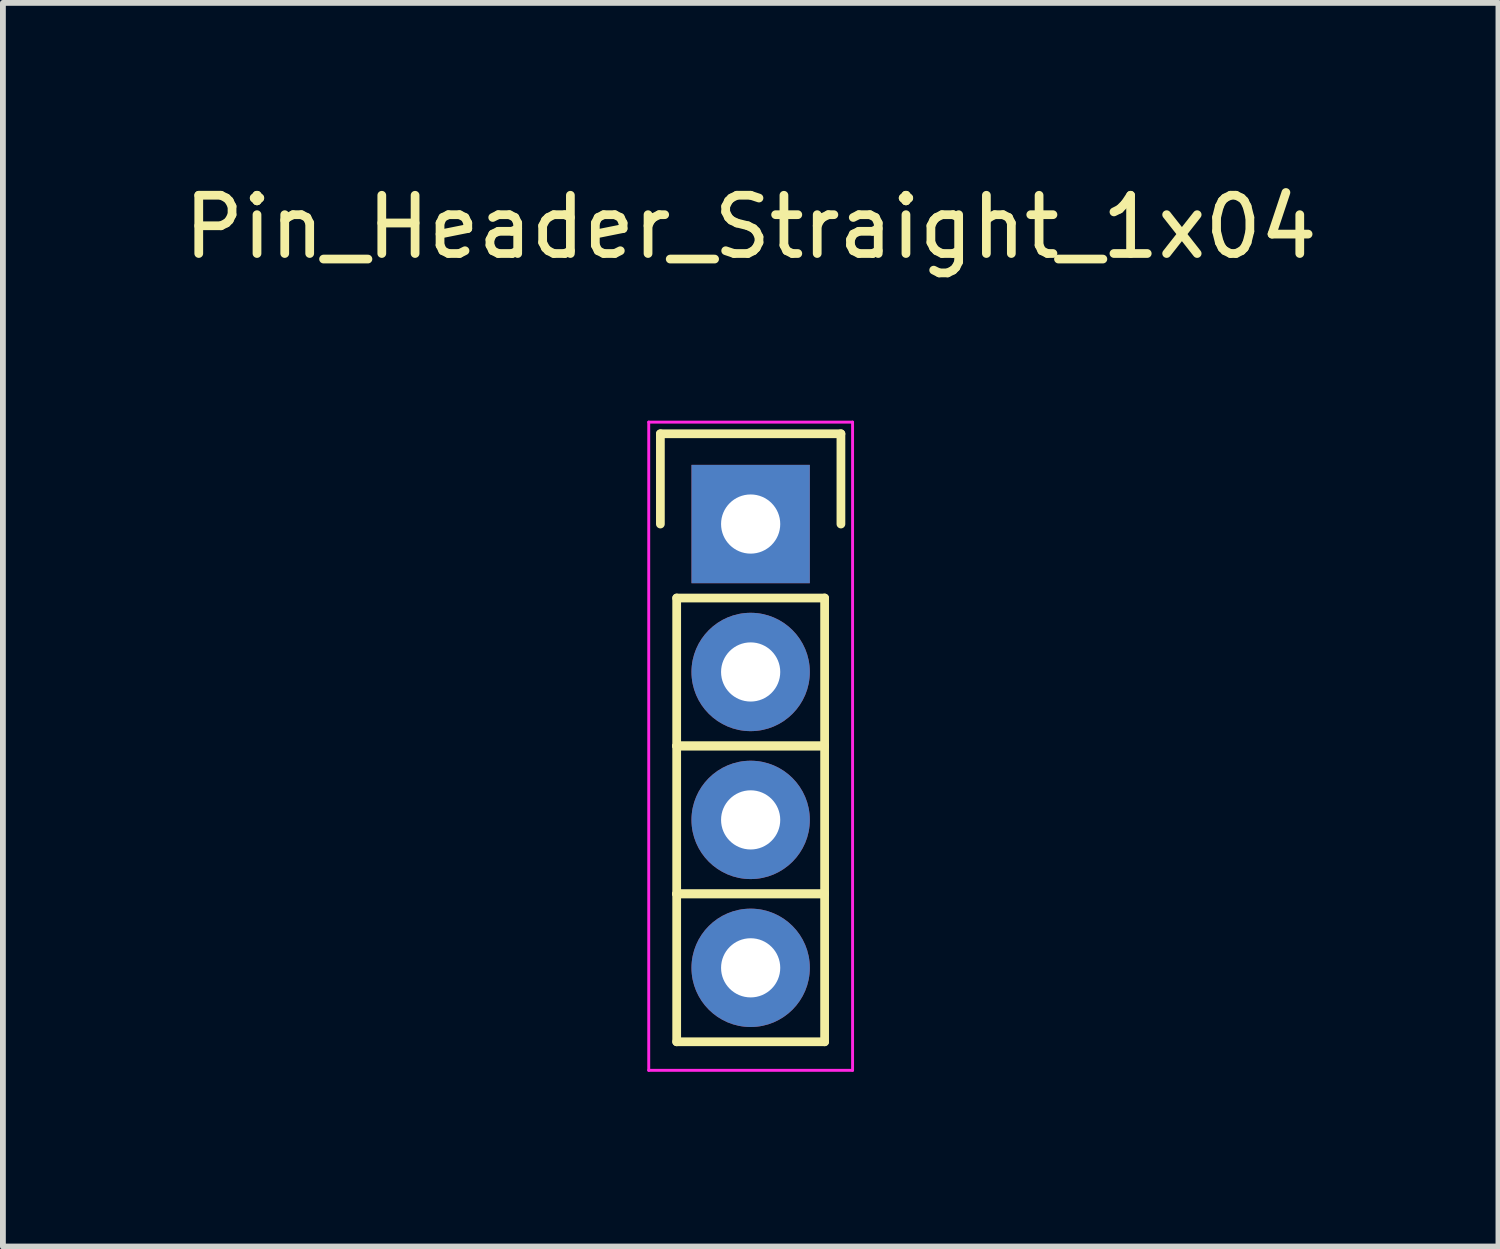
<source format=kicad_pcb>
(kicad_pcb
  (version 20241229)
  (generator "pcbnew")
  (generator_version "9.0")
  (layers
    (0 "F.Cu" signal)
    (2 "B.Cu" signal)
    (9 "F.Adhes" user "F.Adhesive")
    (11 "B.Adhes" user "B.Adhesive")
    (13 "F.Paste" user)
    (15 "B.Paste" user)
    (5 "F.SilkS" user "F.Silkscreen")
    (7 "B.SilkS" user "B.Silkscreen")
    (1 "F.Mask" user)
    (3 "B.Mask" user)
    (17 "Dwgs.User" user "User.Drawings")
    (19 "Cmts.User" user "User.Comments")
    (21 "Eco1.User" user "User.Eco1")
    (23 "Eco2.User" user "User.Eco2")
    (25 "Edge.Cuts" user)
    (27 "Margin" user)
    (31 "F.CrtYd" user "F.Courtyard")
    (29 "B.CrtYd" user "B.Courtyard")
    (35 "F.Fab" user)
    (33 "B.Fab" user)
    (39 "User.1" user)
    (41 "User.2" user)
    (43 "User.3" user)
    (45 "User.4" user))
  (footprint "Pin_Header_Straight_1x04"
    (layer "F.Cu")
    (at 9.839 5.948)
    (property "Reference" "Pin_Header_Straight_1x04" (at 0 -5.1 0) (layer "F.SilkS") (effects (font (size 1 1) (thickness 0.15))))
    (attr through_hole)
    (fp_line (start -1.55 -1.55) (end 1.55 -1.55) (stroke (width 0.15) (type solid)) (layer "F.SilkS"))
    (fp_line (start -1.55 0) (end -1.55 -1.55) (stroke (width 0.15) (type solid)) (layer "F.SilkS"))
    (fp_line (start -1.27 1.27) (end -1.27 3.81) (stroke (width 0.15) (type solid)) (layer "F.SilkS"))
    (fp_line (start -1.27 3.81) (end -1.27 6.35) (stroke (width 0.15) (type solid)) (layer "F.SilkS"))
    (fp_line (start -1.27 3.81) (end 1.27 3.81) (stroke (width 0.15) (type solid)) (layer "F.SilkS"))
    (fp_line (start -1.27 6.35) (end -1.27 8.89) (stroke (width 0.15) (type solid)) (layer "F.SilkS"))
    (fp_line (start -1.27 6.35) (end 1.27 6.35) (stroke (width 0.15) (type solid)) (layer "F.SilkS"))
    (fp_line (start -1.27 8.89) (end 1.27 8.89) (stroke (width 0.15) (type solid)) (layer "F.SilkS"))
    (fp_line (start 1.27 1.27) (end -1.27 1.27) (stroke (width 0.15) (type solid)) (layer "F.SilkS"))
    (fp_line (start 1.27 1.27) (end 1.27 3.81) (stroke (width 0.15) (type solid)) (layer "F.SilkS"))
    (fp_line (start 1.27 3.81) (end -1.27 3.81) (stroke (width 0.15) (type solid)) (layer "F.SilkS"))
    (fp_line (start 1.27 3.81) (end 1.27 6.35) (stroke (width 0.15) (type solid)) (layer "F.SilkS"))
    (fp_line (start 1.27 6.35) (end -1.27 6.35) (stroke (width 0.15) (type solid)) (layer "F.SilkS"))
    (fp_line (start 1.27 6.35) (end 1.27 8.89) (stroke (width 0.15) (type solid)) (layer "F.SilkS"))
    (fp_line (start 1.55 -1.55) (end 1.55 0) (stroke (width 0.15) (type solid)) (layer "F.SilkS"))
    (fp_line (start -1.75 -1.75) (end -1.75 9.38) (stroke (width 0.05) (type solid)) (layer "F.CrtYd"))
    (fp_line (start -1.75 -1.75) (end 1.75 -1.75) (stroke (width 0.05) (type solid)) (layer "F.CrtYd"))
    (fp_line (start -1.75 9.38) (end 1.75 9.38) (stroke (width 0.05) (type solid)) (layer "F.CrtYd"))
    (fp_line (start 1.75 -1.75) (end 1.75 9.38) (stroke (width 0.05) (type solid)) (layer "F.CrtYd"))
    (pad "1" thru_hole rect (at 0 0) (size 2.032 2.032) (drill 1.016) (layers "*.Cu" "*.Mask"))
    (pad "2" thru_hole oval (at 0 2.54) (size 2.032 2.032) (drill 1.016) (layers "*.Cu" "*.Mask"))
    (pad "3" thru_hole oval (at 0 5.08) (size 2.032 2.032) (drill 1.016) (layers "*.Cu" "*.Mask"))
    (pad "4" thru_hole oval (at 0 7.62) (size 2.032 2.032) (drill 1.016) (layers "*.Cu" "*.Mask")))
  (gr_rect
    (start -3 -3)
    (end 22.679 18.353)
    (stroke (width 0.1) (type default))
    (fill no)
    (layer "Edge.Cuts")))
</source>
